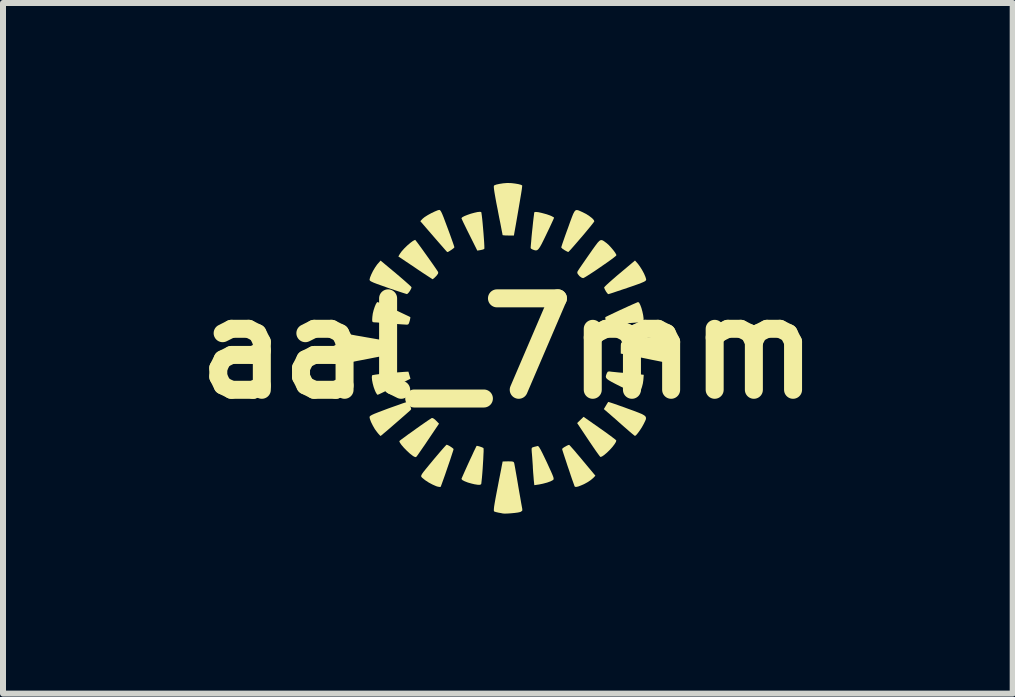
<source format=kicad_pcb>
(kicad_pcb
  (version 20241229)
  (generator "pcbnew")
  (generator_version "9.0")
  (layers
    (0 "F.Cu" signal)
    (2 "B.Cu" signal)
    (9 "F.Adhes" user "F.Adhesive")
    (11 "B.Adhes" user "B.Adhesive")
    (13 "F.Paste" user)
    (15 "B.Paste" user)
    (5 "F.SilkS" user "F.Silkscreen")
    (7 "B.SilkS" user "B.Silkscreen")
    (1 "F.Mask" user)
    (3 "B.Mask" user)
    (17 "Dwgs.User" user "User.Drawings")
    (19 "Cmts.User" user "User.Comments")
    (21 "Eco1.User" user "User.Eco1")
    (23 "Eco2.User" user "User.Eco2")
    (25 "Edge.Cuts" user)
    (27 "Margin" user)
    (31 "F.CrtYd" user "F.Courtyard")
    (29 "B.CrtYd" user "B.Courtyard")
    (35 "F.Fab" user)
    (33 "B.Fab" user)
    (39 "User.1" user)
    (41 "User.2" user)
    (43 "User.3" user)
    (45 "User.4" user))
  (footprint "aal_7mm"
    (layer "F.Cu")
    (at 5.414 2.757)
    (property "Reference" "aal_7mm" (at 0 0 0) (layer "F.SilkS") (effects (font (size 1.524 1.524) (thickness 0.3))))
    (attr board_only exclude_from_pos_files exclude_from_bom)
    (fp_poly (pts (xy 1.532 1.329) (xy 1.61 1.384) (xy 1.679 1.434) (xy 1.737 1.477) (xy 1.779 1.509) (xy 1.803 1.529) (xy 1.807 1.533) (xy 1.802 1.557) (xy 1.779 1.595) (xy 1.744 1.641) (xy 1.7 1.69) (xy 1.653 1.736) (xy 1.607 1.775) (xy 1.569 1.801) (xy 1.543 1.809) (xy 1.532 1.797) (xy 1.508 1.765) (xy 1.472 1.715) (xy 1.427 1.65) (xy 1.376 1.575) (xy 1.343 1.526) (xy 1.155 1.244) (xy 1.262 1.14)) (stroke (width 0) (type solid)) (fill yes) (layer "F.SilkS"))
    (fp_poly (pts (xy -1.623 0.505) (xy -1.891 0.639) (xy -1.973 0.68) (xy -2.045 0.715) (xy -2.105 0.744) (xy -2.148 0.764) (xy -2.17 0.773) (xy -2.172 0.773) (xy -2.184 0.761) (xy -2.203 0.729) (xy -2.217 0.697) (xy -2.236 0.645) (xy -2.252 0.586) (xy -2.263 0.529) (xy -2.267 0.482) (xy -2.264 0.452) (xy -2.262 0.448) (xy -2.244 0.443) (xy -2.202 0.436) (xy -2.141 0.428) (xy -2.065 0.42) (xy -1.978 0.411) (xy -1.887 0.403) (xy -1.794 0.396) (xy -1.73 0.391) (xy -1.657 0.387)) (stroke (width 0) (type solid)) (fill yes) (layer "F.SilkS"))
    (fp_poly (pts (xy -0.444 -2.273) (xy -0.44 -2.256) (xy -0.434 -2.215) (xy -0.427 -2.155) (xy -0.42 -2.083) (xy -0.413 -2.003) (xy -0.406 -1.921) (xy -0.4 -1.841) (xy -0.395 -1.77) (xy -0.392 -1.712) (xy -0.391 -1.673) (xy -0.393 -1.659) (xy -0.413 -1.649) (xy -0.45 -1.64) (xy -0.456 -1.639) (xy -0.509 -1.63) (xy -0.641 -1.895) (xy -0.681 -1.975) (xy -0.716 -2.047) (xy -0.745 -2.106) (xy -0.764 -2.148) (xy -0.773 -2.169) (xy -0.773 -2.171) (xy -0.76 -2.186) (xy -0.725 -2.205) (xy -0.675 -2.225) (xy -0.618 -2.245) (xy -0.559 -2.261) (xy -0.506 -2.273) (xy -0.465 -2.277)) (stroke (width 0) (type solid)) (fill yes) (layer "F.SilkS"))
    (fp_poly (pts (xy -1.863 -1.249) (xy -1.789 -1.186) (xy -1.724 -1.13) (xy -1.67 -1.082) (xy -1.63 -1.046) (xy -1.608 -1.023) (xy -1.605 -1.018) (xy -1.613 -0.993) (xy -1.632 -0.959) (xy -1.655 -0.928) (xy -1.676 -0.908) (xy -1.683 -0.906) (xy -1.701 -0.911) (xy -1.742 -0.924) (xy -1.803 -0.944) (xy -1.879 -0.969) (xy -1.965 -0.998) (xy -2.002 -1.011) (xy -2.103 -1.047) (xy -2.179 -1.074) (xy -2.234 -1.095) (xy -2.271 -1.112) (xy -2.293 -1.125) (xy -2.303 -1.137) (xy -2.305 -1.145) (xy -2.297 -1.181) (xy -2.276 -1.233) (xy -2.247 -1.292) (xy -2.213 -1.349) (xy -2.179 -1.398) (xy -2.171 -1.407) (xy -2.121 -1.464)) (stroke (width 0) (type solid)) (fill yes) (layer "F.SilkS"))
    (fp_poly (pts (xy -1.534 -1.797) (xy -1.51 -1.766) (xy -1.476 -1.72) (xy -1.433 -1.661) (xy -1.386 -1.595) (xy -1.336 -1.525) (xy -1.287 -1.456) (xy -1.242 -1.392) (xy -1.204 -1.337) (xy -1.175 -1.294) (xy -1.161 -1.272) (xy -1.163 -1.247) (xy -1.19 -1.21) (xy -1.198 -1.202) (xy -1.227 -1.173) (xy -1.249 -1.156) (xy -1.254 -1.153) (xy -1.268 -1.162) (xy -1.302 -1.184) (xy -1.354 -1.218) (xy -1.42 -1.261) (xy -1.495 -1.311) (xy -1.543 -1.344) (xy -1.825 -1.533) (xy -1.799 -1.577) (xy -1.769 -1.619) (xy -1.726 -1.667) (xy -1.678 -1.714) (xy -1.628 -1.757) (xy -1.584 -1.79) (xy -1.551 -1.807) (xy -1.544 -1.809)) (stroke (width 0) (type solid)) (fill yes) (layer "F.SilkS"))
    (fp_poly (pts (xy -1.245 1.164) (xy -1.214 1.186) (xy -1.197 1.203) (xy -1.147 1.254) (xy -1.327 1.521) (xy -1.38 1.6) (xy -1.429 1.671) (xy -1.47 1.73) (xy -1.501 1.775) (xy -1.52 1.8) (xy -1.523 1.805) (xy -1.541 1.812) (xy -1.567 1.801) (xy -1.583 1.791) (xy -1.632 1.753) (xy -1.683 1.706) (xy -1.732 1.656) (xy -1.772 1.61) (xy -1.799 1.571) (xy -1.809 1.546) (xy -1.798 1.535) (xy -1.767 1.511) (xy -1.719 1.476) (xy -1.661 1.433) (xy -1.594 1.386) (xy -1.525 1.336) (xy -1.456 1.287) (xy -1.391 1.242) (xy -1.336 1.204) (xy -1.293 1.176) (xy -1.268 1.16) (xy -1.264 1.159)) (stroke (width 0) (type solid)) (fill yes) (layer "F.SilkS"))
    (fp_poly (pts (xy 1.035 1.62) (xy 1.063 1.651) (xy 1.105 1.698) (xy 1.156 1.759) (xy 1.215 1.828) (xy 1.247 1.867) (xy 1.459 2.121) (xy 1.421 2.161) (xy 1.383 2.193) (xy 1.333 2.227) (xy 1.277 2.258) (xy 1.221 2.283) (xy 1.171 2.302) (xy 1.134 2.309) (xy 1.115 2.303) (xy 1.108 2.286) (xy 1.094 2.246) (xy 1.073 2.188) (xy 1.049 2.118) (xy 1.023 2.039) (xy 0.995 1.958) (xy 0.969 1.878) (xy 0.945 1.806) (xy 0.925 1.745) (xy 0.911 1.701) (xy 0.905 1.678) (xy 0.905 1.676) (xy 0.916 1.662) (xy 0.944 1.643) (xy 0.978 1.624) (xy 1.008 1.61) (xy 1.023 1.608)) (stroke (width 0) (type solid)) (fill yes) (layer "F.SilkS"))
    (fp_poly (pts (xy -1.135 -2.307) (xy -1.124 -2.297) (xy -1.11 -2.275) (xy -1.093 -2.239) (xy -1.071 -2.185) (xy -1.043 -2.11) (xy -1.006 -2.011) (xy -1.004 -2.006) (xy -0.971 -1.917) (xy -0.942 -1.836) (xy -0.918 -1.769) (xy -0.901 -1.719) (xy -0.892 -1.69) (xy -0.891 -1.685) (xy -0.902 -1.672) (xy -0.929 -1.651) (xy -0.962 -1.629) (xy -0.992 -1.611) (xy -1.01 -1.606) (xy -1.02 -1.616) (xy -1.047 -1.646) (xy -1.087 -1.692) (xy -1.138 -1.75) (xy -1.198 -1.819) (xy -1.237 -1.864) (xy -1.459 -2.121) (xy -1.419 -2.163) (xy -1.386 -2.19) (xy -1.335 -2.222) (xy -1.275 -2.255) (xy -1.216 -2.283) (xy -1.167 -2.303) (xy -1.146 -2.308)) (stroke (width 0) (type solid)) (fill yes) (layer "F.SilkS"))
    (fp_poly (pts (xy 2.169 -1.409) (xy 2.203 -1.362) (xy 2.238 -1.306) (xy 2.27 -1.247) (xy 2.293 -1.193) (xy 2.305 -1.153) (xy 2.305 -1.147) (xy 2.302 -1.136) (xy 2.291 -1.124) (xy 2.269 -1.111) (xy 2.232 -1.095) (xy 2.178 -1.074) (xy 2.103 -1.047) (xy 2.003 -1.013) (xy 1.995 -1.01) (xy 1.905 -0.98) (xy 1.824 -0.953) (xy 1.757 -0.93) (xy 1.707 -0.914) (xy 1.679 -0.906) (xy 1.674 -0.904) (xy 1.66 -0.916) (xy 1.639 -0.944) (xy 1.634 -0.952) (xy 1.615 -0.987) (xy 1.605 -1.013) (xy 1.605 -1.016) (xy 1.616 -1.03) (xy 1.646 -1.06) (xy 1.692 -1.102) (xy 1.751 -1.154) (xy 1.82 -1.214) (xy 1.862 -1.249) (xy 2.119 -1.465)) (stroke (width 0) (type solid)) (fill yes) (layer "F.SilkS"))
    (fp_poly (pts (xy 2.189 -0.76) (xy 2.207 -0.725) (xy 2.226 -0.674) (xy 2.242 -0.616) (xy 2.255 -0.556) (xy 2.262 -0.502) (xy 2.262 -0.461) (xy 2.256 -0.442) (xy 2.241 -0.44) (xy 2.202 -0.436) (xy 2.145 -0.431) (xy 2.075 -0.426) (xy 2.049 -0.424) (xy 1.965 -0.418) (xy 1.882 -0.411) (xy 1.808 -0.406) (xy 1.754 -0.401) (xy 1.75 -0.401) (xy 1.654 -0.393) (xy 1.635 -0.453) (xy 1.626 -0.492) (xy 1.624 -0.517) (xy 1.625 -0.521) (xy 1.641 -0.53) (xy 1.678 -0.548) (xy 1.732 -0.574) (xy 1.798 -0.605) (xy 1.87 -0.639) (xy 1.945 -0.673) (xy 2.016 -0.706) (xy 2.079 -0.734) (xy 2.13 -0.756) (xy 2.162 -0.77) (xy 2.172 -0.773)) (stroke (width 0) (type solid)) (fill yes) (layer "F.SilkS"))
    (fp_poly (pts (xy 0.506 -2.271) (xy 0.561 -2.259) (xy 0.621 -2.243) (xy 0.68 -2.224) (xy 0.731 -2.204) (xy 0.766 -2.184) (xy 0.77 -2.181) (xy 0.766 -2.167) (xy 0.75 -2.131) (xy 0.725 -2.077) (xy 0.693 -2.008) (xy 0.655 -1.929) (xy 0.644 -1.906) (xy 0.598 -1.811) (xy 0.562 -1.739) (xy 0.534 -1.689) (xy 0.51 -1.656) (xy 0.489 -1.638) (xy 0.468 -1.633) (xy 0.445 -1.637) (xy 0.416 -1.647) (xy 0.412 -1.649) (xy 0.387 -1.663) (xy 0.38 -1.674) (xy 0.383 -1.72) (xy 0.389 -1.783) (xy 0.395 -1.858) (xy 0.403 -1.939) (xy 0.412 -2.022) (xy 0.42 -2.1) (xy 0.428 -2.17) (xy 0.435 -2.224) (xy 0.439 -2.26) (xy 0.442 -2.27) (xy 0.464 -2.275)) (stroke (width 0) (type solid)) (fill yes) (layer "F.SilkS"))
    (fp_poly (pts (xy -0.505 1.625) (xy -0.474 1.633) (xy -0.439 1.645) (xy -0.412 1.657) (xy -0.406 1.662) (xy -0.404 1.678) (xy -0.404 1.718) (xy -0.407 1.777) (xy -0.41 1.848) (xy -0.415 1.927) (xy -0.42 2.009) (xy -0.426 2.087) (xy -0.432 2.157) (xy -0.438 2.213) (xy -0.442 2.25) (xy -0.445 2.262) (xy -0.463 2.273) (xy -0.498 2.273) (xy -0.556 2.264) (xy -0.602 2.253) (xy -0.666 2.235) (xy -0.72 2.214) (xy -0.758 2.194) (xy -0.773 2.176) (xy -0.773 2.175) (xy -0.767 2.159) (xy -0.751 2.122) (xy -0.727 2.068) (xy -0.698 2.003) (xy -0.665 1.93) (xy -0.631 1.856) (xy -0.597 1.784) (xy -0.568 1.72) (xy -0.543 1.669) (xy -0.527 1.635) (xy -0.52 1.624)) (stroke (width 0) (type solid)) (fill yes) (layer "F.SilkS"))
    (fp_poly (pts (xy 0.508 1.63) (xy 0.524 1.65) (xy 0.546 1.687) (xy 0.576 1.745) (xy 0.615 1.826) (xy 0.649 1.897) (xy 0.691 1.989) (xy 0.723 2.059) (xy 0.745 2.11) (xy 0.758 2.144) (xy 0.763 2.167) (xy 0.762 2.181) (xy 0.756 2.191) (xy 0.75 2.195) (xy 0.712 2.215) (xy 0.654 2.236) (xy 0.586 2.254) (xy 0.518 2.268) (xy 0.509 2.269) (xy 0.441 2.279) (xy 0.432 2.193) (xy 0.428 2.14) (xy 0.422 2.069) (xy 0.417 1.993) (xy 0.416 1.962) (xy 0.411 1.889) (xy 0.406 1.815) (xy 0.401 1.754) (xy 0.399 1.734) (xy 0.396 1.688) (xy 0.398 1.662) (xy 0.409 1.65) (xy 0.432 1.643) (xy 0.433 1.642) (xy 0.471 1.633) (xy 0.497 1.626)) (stroke (width 0) (type solid)) (fill yes) (layer "F.SilkS"))
    (fp_poly (pts (xy 1.703 0.385) (xy 1.733 0.389) (xy 1.784 0.394) (xy 1.851 0.401) (xy 1.927 0.407) (xy 1.94 0.408) (xy 2.02 0.415) (xy 2.094 0.421) (xy 2.156 0.427) (xy 2.198 0.431) (xy 2.201 0.432) (xy 2.265 0.44) (xy 2.258 0.53) (xy 2.25 0.585) (xy 2.235 0.644) (xy 2.216 0.698) (xy 2.196 0.742) (xy 2.178 0.768) (xy 2.168 0.772) (xy 2.151 0.766) (xy 2.111 0.748) (xy 2.055 0.721) (xy 1.984 0.687) (xy 1.905 0.647) (xy 1.889 0.64) (xy 1.798 0.594) (xy 1.731 0.559) (xy 1.683 0.531) (xy 1.653 0.509) (xy 1.637 0.489) (xy 1.633 0.469) (xy 1.637 0.447) (xy 1.648 0.418) (xy 1.648 0.417) (xy 1.664 0.389) (xy 1.687 0.383)) (stroke (width 0) (type solid)) (fill yes) (layer "F.SilkS"))
    (fp_poly (pts (xy 1.687 0.895) (xy 1.725 0.907) (xy 1.782 0.926) (xy 1.855 0.952) (xy 1.94 0.982) (xy 1.991 1.001) (xy 2.096 1.039) (xy 2.177 1.07) (xy 2.235 1.094) (xy 2.274 1.116) (xy 2.296 1.137) (xy 2.303 1.159) (xy 2.299 1.186) (xy 2.284 1.219) (xy 2.263 1.261) (xy 2.262 1.263) (xy 2.233 1.315) (xy 2.2 1.366) (xy 2.167 1.411) (xy 2.139 1.444) (xy 2.12 1.458) (xy 2.118 1.458) (xy 2.104 1.448) (xy 2.073 1.423) (xy 2.027 1.384) (xy 1.971 1.335) (xy 1.926 1.296) (xy 1.858 1.236) (xy 1.793 1.178) (xy 1.734 1.127) (xy 1.689 1.087) (xy 1.672 1.073) (xy 1.6 1.011) (xy 1.634 0.954) (xy 1.655 0.919) (xy 1.67 0.896) (xy 1.673 0.892)) (stroke (width 0) (type solid)) (fill yes) (layer "F.SilkS"))
    (fp_poly (pts (xy -2.156 -0.767) (xy -2.119 -0.751) (xy -2.065 -0.727) (xy -2 -0.698) (xy -1.927 -0.665) (xy -1.853 -0.63) (xy -1.782 -0.597) (xy -1.719 -0.567) (xy -1.668 -0.543) (xy -1.635 -0.527) (xy -1.625 -0.521) (xy -1.626 -0.506) (xy -1.632 -0.472) (xy -1.637 -0.455) (xy -1.649 -0.417) (xy -1.663 -0.399) (xy -1.688 -0.396) (xy -1.69 -0.396) (xy -1.718 -0.398) (xy -1.768 -0.401) (xy -1.836 -0.406) (xy -1.915 -0.412) (xy -1.97 -0.416) (xy -2.052 -0.423) (xy -2.126 -0.428) (xy -2.185 -0.433) (xy -2.225 -0.435) (xy -2.238 -0.436) (xy -2.252 -0.44) (xy -2.26 -0.454) (xy -2.261 -0.485) (xy -2.258 -0.529) (xy -2.251 -0.581) (xy -2.237 -0.638) (xy -2.219 -0.693) (xy -2.2 -0.738) (xy -2.182 -0.767) (xy -2.171 -0.773)) (stroke (width 0) (type solid)) (fill yes) (layer "F.SilkS"))
    (fp_poly (pts (xy 0.061 -2.755) (xy 0.119 -2.748) (xy 0.173 -2.739) (xy 0.215 -2.728) (xy 0.238 -2.717) (xy 0.239 -2.716) (xy 0.238 -2.699) (xy 0.233 -2.654) (xy 0.222 -2.584) (xy 0.206 -2.489) (xy 0.186 -2.37) (xy 0.162 -2.23) (xy 0.134 -2.068) (xy 0.109 -1.929) (xy 0.101 -1.882) (xy 0.007 -1.882) (xy -0.041 -1.883) (xy -0.075 -1.886) (xy -0.088 -1.889) (xy -0.09 -1.905) (xy -0.098 -1.945) (xy -0.11 -2.007) (xy -0.125 -2.086) (xy -0.144 -2.179) (xy -0.164 -2.283) (xy -0.167 -2.301) (xy -0.192 -2.426) (xy -0.21 -2.526) (xy -0.223 -2.601) (xy -0.231 -2.656) (xy -0.234 -2.692) (xy -0.232 -2.711) (xy -0.229 -2.716) (xy -0.195 -2.73) (xy -0.141 -2.742) (xy -0.077 -2.752) (xy -0.014 -2.757) (xy 0.007 -2.757)) (stroke (width 0) (type solid)) (fill yes) (layer "F.SilkS"))
    (fp_poly (pts (xy -1.663 0.906) (xy -1.644 0.937) (xy -1.635 0.953) (xy -1.615 0.99) (xy -1.611 1.012) (xy -1.621 1.027) (xy -1.621 1.027) (xy -1.66 1.062) (xy -1.712 1.108) (xy -1.772 1.16) (xy -1.837 1.217) (xy -1.903 1.274) (xy -1.966 1.329) (xy -2.023 1.378) (xy -2.071 1.418) (xy -2.104 1.446) (xy -2.12 1.459) (xy -2.121 1.459) (xy -2.133 1.449) (xy -2.158 1.422) (xy -2.179 1.396) (xy -2.216 1.346) (xy -2.25 1.287) (xy -2.28 1.227) (xy -2.299 1.176) (xy -2.305 1.145) (xy -2.302 1.134) (xy -2.289 1.122) (xy -2.265 1.108) (xy -2.226 1.09) (xy -2.168 1.067) (xy -2.089 1.037) (xy -1.991 1) (xy -1.901 0.968) (xy -1.821 0.94) (xy -1.755 0.916) (xy -1.706 0.9) (xy -1.678 0.892) (xy -1.673 0.891)) (stroke (width 0) (type solid)) (fill yes) (layer "F.SilkS"))
    (fp_poly (pts (xy 1.174 -2.302) (xy 1.205 -2.289) (xy 1.247 -2.27) (xy 1.251 -2.268) (xy 1.308 -2.239) (xy 1.361 -2.204) (xy 1.405 -2.17) (xy 1.433 -2.139) (xy 1.441 -2.118) (xy 1.431 -2.103) (xy 1.405 -2.069) (xy 1.367 -2.022) (xy 1.32 -1.965) (xy 1.267 -1.901) (xy 1.211 -1.836) (xy 1.156 -1.772) (xy 1.105 -1.713) (xy 1.062 -1.664) (xy 1.029 -1.628) (xy 1.01 -1.609) (xy 1.007 -1.607) (xy 0.991 -1.613) (xy 0.959 -1.63) (xy 0.945 -1.638) (xy 0.911 -1.661) (xy 0.892 -1.68) (xy 0.89 -1.685) (xy 0.895 -1.702) (xy 0.908 -1.743) (xy 0.929 -1.803) (xy 0.955 -1.878) (xy 0.986 -1.964) (xy 1.003 -2.01) (xy 1.039 -2.111) (xy 1.068 -2.189) (xy 1.09 -2.244) (xy 1.11 -2.281) (xy 1.128 -2.301) (xy 1.149 -2.307)) (stroke (width 0) (type solid)) (fill yes) (layer "F.SilkS"))
    (fp_poly (pts (xy 1.592 -1.794) (xy 1.62 -1.774) (xy 1.646 -1.755) (xy 1.681 -1.724) (xy 1.72 -1.682) (xy 1.758 -1.637) (xy 1.789 -1.595) (xy 1.807 -1.563) (xy 1.809 -1.553) (xy 1.798 -1.54) (xy 1.766 -1.514) (xy 1.718 -1.478) (xy 1.658 -1.435) (xy 1.59 -1.388) (xy 1.519 -1.339) (xy 1.449 -1.291) (xy 1.383 -1.248) (xy 1.327 -1.212) (xy 1.283 -1.185) (xy 1.257 -1.172) (xy 1.255 -1.172) (xy 1.232 -1.178) (xy 1.2 -1.2) (xy 1.19 -1.21) (xy 1.163 -1.243) (xy 1.157 -1.268) (xy 1.161 -1.281) (xy 1.173 -1.301) (xy 1.199 -1.341) (xy 1.237 -1.396) (xy 1.284 -1.464) (xy 1.336 -1.539) (xy 1.355 -1.566) (xy 1.415 -1.652) (xy 1.462 -1.717) (xy 1.497 -1.763) (xy 1.525 -1.792) (xy 1.548 -1.805) (xy 1.569 -1.805)) (stroke (width 0) (type solid)) (fill yes) (layer "F.SilkS"))
    (fp_poly (pts (xy -0.999 1.612) (xy -0.967 1.629) (xy -0.934 1.651) (xy -0.91 1.67) (xy -0.905 1.678) (xy -0.909 1.696) (xy -0.922 1.736) (xy -0.941 1.794) (xy -0.964 1.865) (xy -0.991 1.943) (xy -1.019 2.025) (xy -1.046 2.104) (xy -1.072 2.177) (xy -1.094 2.238) (xy -1.11 2.282) (xy -1.12 2.306) (xy -1.121 2.308) (xy -1.139 2.309) (xy -1.175 2.302) (xy -1.196 2.295) (xy -1.253 2.27) (xy -1.317 2.236) (xy -1.377 2.197) (xy -1.423 2.16) (xy -1.434 2.149) (xy -1.442 2.139) (xy -1.445 2.128) (xy -1.441 2.112) (xy -1.429 2.09) (xy -1.406 2.058) (xy -1.37 2.013) (xy -1.32 1.952) (xy -1.253 1.871) (xy -1.246 1.862) (xy -1.184 1.789) (xy -1.128 1.723) (xy -1.081 1.669) (xy -1.046 1.63) (xy -1.025 1.608) (xy -1.02 1.605)) (stroke (width 0) (type solid)) (fill yes) (layer "F.SilkS"))
    (fp_poly (pts (xy 2.712 -0.229) (xy 2.724 -0.192) (xy 2.726 -0.184) (xy 2.737 -0.125) (xy 2.742 -0.056) (xy 2.743 0.017) (xy 2.74 0.088) (xy 2.733 0.152) (xy 2.722 0.204) (xy 2.709 0.237) (xy 2.695 0.246) (xy 2.676 0.243) (xy 2.633 0.235) (xy 2.569 0.223) (xy 2.49 0.207) (xy 2.398 0.189) (xy 2.327 0.174) (xy 2.227 0.154) (xy 2.134 0.136) (xy 2.053 0.12) (xy 1.988 0.107) (xy 1.945 0.098) (xy 1.929 0.095) (xy 1.882 0.086) (xy 1.882 -0.007) (xy 1.883 -0.057) (xy 1.887 -0.086) (xy 1.897 -0.1) (xy 1.917 -0.107) (xy 1.922 -0.108) (xy 1.948 -0.113) (xy 1.997 -0.122) (xy 2.066 -0.134) (xy 2.151 -0.149) (xy 2.245 -0.165) (xy 2.305 -0.176) (xy 2.403 -0.193) (xy 2.493 -0.209) (xy 2.57 -0.222) (xy 2.63 -0.233) (xy 2.668 -0.241) (xy 2.679 -0.243) (xy 2.699 -0.243)) (stroke (width 0) (type solid)) (fill yes) (layer "F.SilkS"))
    (fp_poly (pts (xy -2.676 -0.242) (xy -2.673 -0.242) (xy -2.647 -0.237) (xy -2.598 -0.228) (xy -2.529 -0.215) (xy -2.445 -0.201) (xy -2.351 -0.184) (xy -2.298 -0.175) (xy -2.2 -0.158) (xy -2.11 -0.142) (xy -2.032 -0.128) (xy -1.972 -0.117) (xy -1.933 -0.11) (xy -1.922 -0.108) (xy -1.9 -0.102) (xy -1.888 -0.09) (xy -1.883 -0.065) (xy -1.882 -0.019) (xy -1.882 -0.007) (xy -1.882 0.085) (xy -1.959 0.101) (xy -1.996 0.109) (xy -2.057 0.12) (xy -2.135 0.136) (xy -2.224 0.153) (xy -2.32 0.172) (xy -2.342 0.176) (xy -2.434 0.194) (xy -2.519 0.21) (xy -2.59 0.225) (xy -2.644 0.235) (xy -2.675 0.242) (xy -2.68 0.243) (xy -2.702 0.244) (xy -2.716 0.227) (xy -2.727 0.195) (xy -2.735 0.146) (xy -2.74 0.077) (xy -2.742 -0.001) (xy -2.74 -0.079) (xy -2.735 -0.147) (xy -2.727 -0.194) (xy -2.715 -0.23) (xy -2.701 -0.244)) (stroke (width 0) (type solid)) (fill yes) (layer "F.SilkS"))
    (fp_poly (pts (xy 0.057 1.883) (xy 0.086 1.887) (xy 0.1 1.897) (xy 0.107 1.916) (xy 0.108 1.922) (xy 0.113 1.948) (xy 0.122 1.997) (xy 0.134 2.066) (xy 0.149 2.151) (xy 0.165 2.245) (xy 0.175 2.305) (xy 0.192 2.403) (xy 0.208 2.493) (xy 0.221 2.57) (xy 0.232 2.63) (xy 0.239 2.668) (xy 0.241 2.679) (xy 0.24 2.704) (xy 0.218 2.721) (xy 0.203 2.727) (xy 0.167 2.735) (xy 0.113 2.742) (xy 0.051 2.748) (xy -0.01 2.752) (xy -0.06 2.753) (xy -0.088 2.75) (xy -0.116 2.744) (xy -0.157 2.737) (xy -0.16 2.736) (xy -0.2 2.727) (xy -0.228 2.717) (xy -0.229 2.716) (xy -0.233 2.706) (xy -0.233 2.68) (xy -0.229 2.637) (xy -0.219 2.575) (xy -0.204 2.49) (xy -0.183 2.38) (xy -0.167 2.298) (xy -0.147 2.193) (xy -0.128 2.097) (xy -0.112 2.016) (xy -0.1 1.951) (xy -0.091 1.907) (xy -0.088 1.887) (xy -0.088 1.886) (xy -0.074 1.884) (xy -0.039 1.883) (xy 0.006 1.882)) (stroke (width 0) (type solid)) (fill yes) (layer "F.SilkS")))
  (gr_rect
    (start -3 -3)
    (end 13.828 8.51)
    (stroke (width 0.1) (type default))
    (fill no)
    (layer "Edge.Cuts")))
</source>
